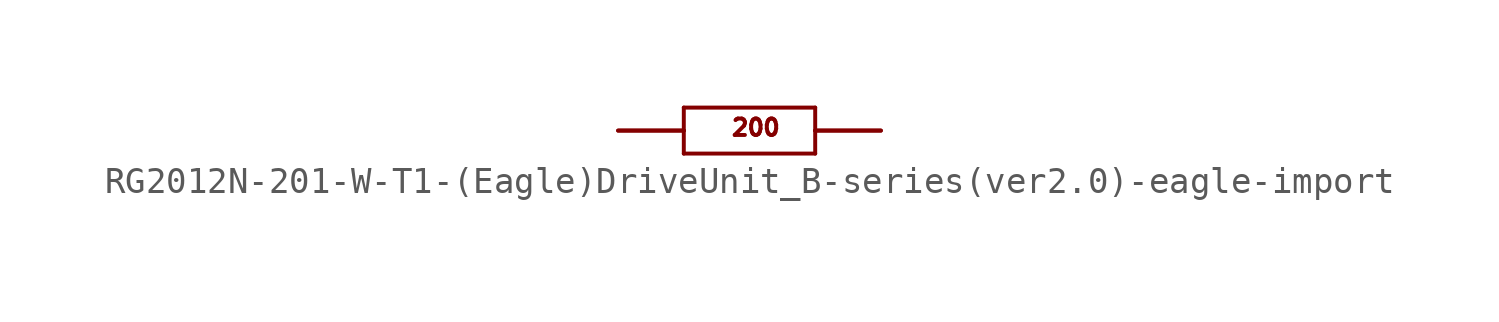
<source format=kicad_sym>
(kicad_symbol_lib
  (version 20220914)
  (generator kicad_symbol_editor)
  (symbol "RG2012N-201-W-T1-(Eagle)DriveUnit_B-series(ver2.0)-eagle-import"
    (pin_names
      (offset 1.016))
    (property "Reference" "R"
      (at 0 0 0)
      (effects (font (size 1.27 1.27)) hide))
    (property "ki_locked" ""
      (at 0 0 0)
      (effects (font (size 1.27 1.27))))
    (symbol "RG2012N-201-W-T1-(Eagle)DriveUnit_B-series(ver2.0)-eagle-import_1_0"
      (polyline (pts (xy -5.08 0) (xy -2.54 0)) (stroke (width 0) (type solid)) (fill (type none)))
      (polyline (pts (xy -2.54 -0.889) (xy -2.54 0)) (stroke (width 0) (type solid)) (fill (type none)))
      (polyline (pts (xy -2.54 -0.889) (xy 2.54 -0.889)) (stroke (width 0) (type solid)) (fill (type none)))
      (polyline (pts (xy -2.54 0) (xy -2.54 0.889)) (stroke (width 0) (type solid)) (fill (type none)))
      (polyline (pts (xy 2.54 -0.889) (xy 2.54 0)) (stroke (width 0) (type solid)) (fill (type none)))
      (polyline (pts (xy 2.54 0) (xy 2.54 0.889)) (stroke (width 0) (type solid)) (fill (type none)))
      (polyline (pts (xy 2.54 0) (xy 5.08 0)) (stroke (width 0) (type solid)) (fill (type none)))
      (polyline (pts (xy 2.54 0.889) (xy -2.54 0.889)) (stroke (width 0) (type solid)) (fill (type none)))
      (text "200" (at -0.762 -0.254 0) (effects (font (size 0.635 0.635)) (justify left bottom)))
      (pin bidirectional line (at 5.08 0 180) (length 2.54) (name "P$1" (effects (font (size 0 0)))) (number "LEFT" (effects (font (size 0 0)))))
      (pin bidirectional line (at -5.08 0 0) (length 2.54) (name "P$2" (effects (font (size 0 0)))) (number "RIGHT" (effects (font (size 0 0))))))))
</source>
